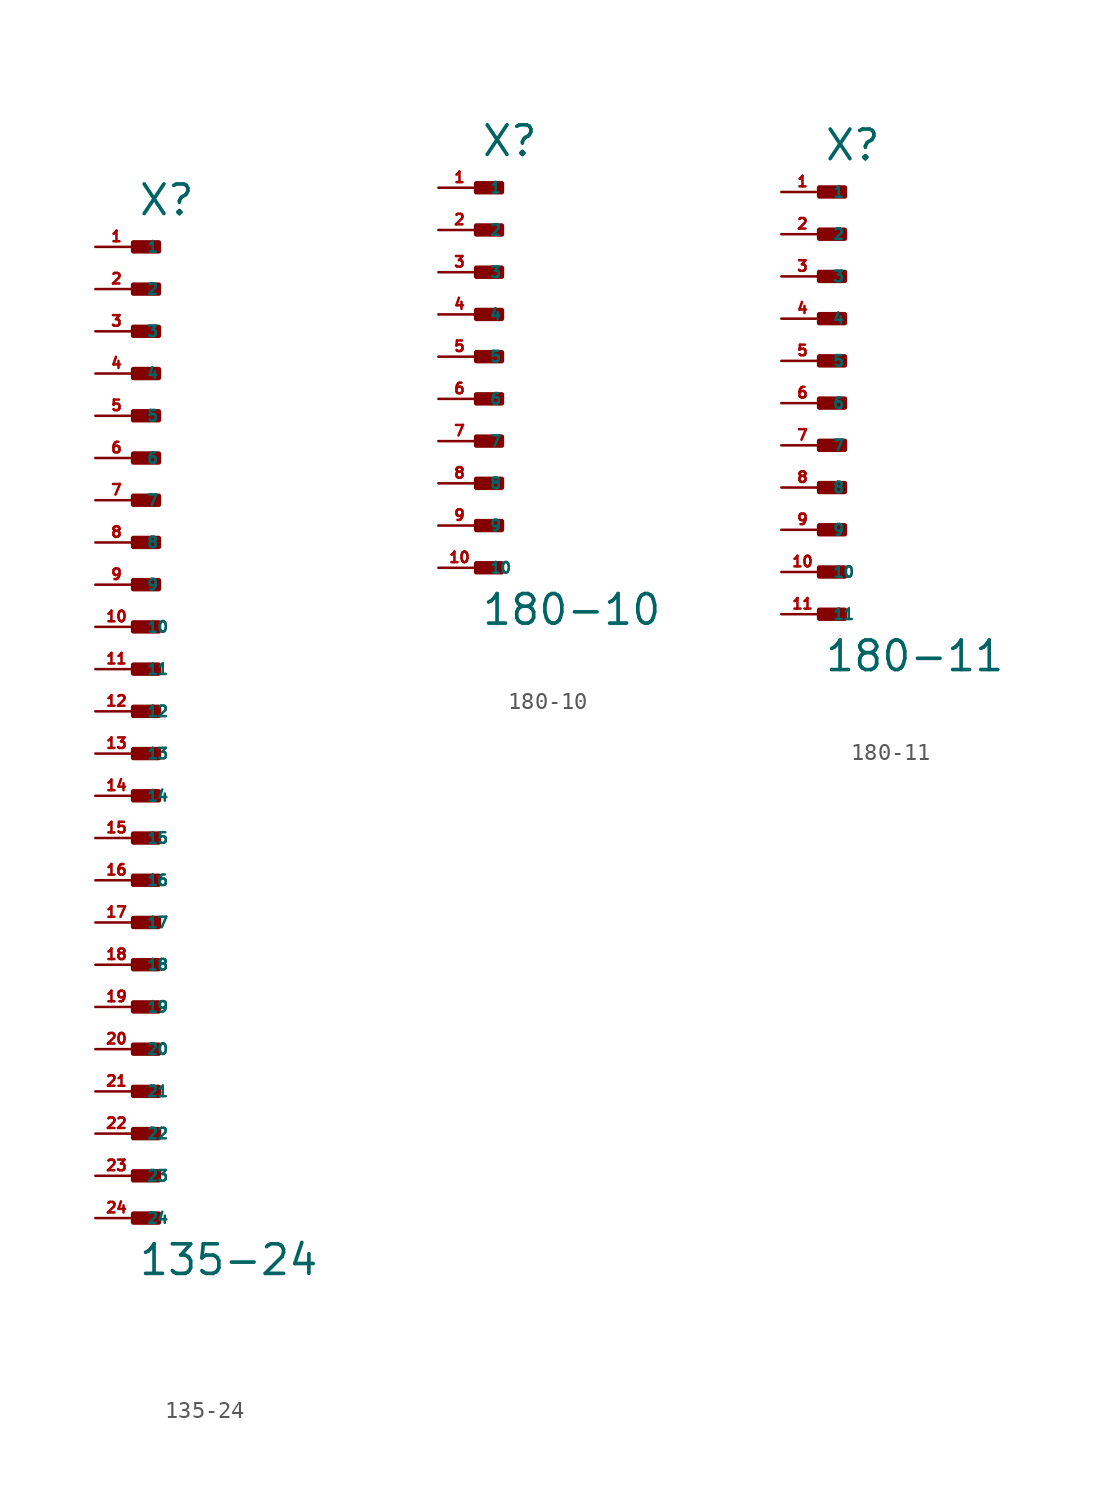
<source format=kicad_sym>
(kicad_symbol_lib
  (version 20220914)
  (generator Eagle2Kicad)
  (symbol "135-24"
    (property "Reference" "X"
      (at 0 29.718 0)
      (effects (font (size 1.778 1.778) (thickness 0.22)) (justify left bottom)))
    (property "Value" "135-24"
      (at 0 -34.036 0)
      (effects (font (size 1.778 1.778) (thickness 0.22)) (justify left bottom)))
    (rectangle
      (start -0.254 27.686)
      (end 1.27 28.194)
      (stroke (width 0.3) (type default))
      (fill (type outline)))
    (rectangle
      (start -0.254 25.146)
      (end 1.27 25.654)
      (stroke (width 0.3) (type default))
      (fill (type outline)))
    (rectangle
      (start -0.254 22.606)
      (end 1.27 23.114)
      (stroke (width 0.3) (type default))
      (fill (type outline)))
    (rectangle
      (start -0.254 20.066)
      (end 1.27 20.574)
      (stroke (width 0.3) (type default))
      (fill (type outline)))
    (rectangle
      (start -0.254 17.526)
      (end 1.27 18.034)
      (stroke (width 0.3) (type default))
      (fill (type outline)))
    (rectangle
      (start -0.254 14.986)
      (end 1.27 15.494)
      (stroke (width 0.3) (type default))
      (fill (type outline)))
    (rectangle
      (start -0.254 12.446)
      (end 1.27 12.954)
      (stroke (width 0.3) (type default))
      (fill (type outline)))
    (rectangle
      (start -0.254 9.906)
      (end 1.27 10.414)
      (stroke (width 0.3) (type default))
      (fill (type outline)))
    (rectangle
      (start -0.254 7.366)
      (end 1.27 7.874)
      (stroke (width 0.3) (type default))
      (fill (type outline)))
    (rectangle
      (start -0.254 4.826)
      (end 1.27 5.334)
      (stroke (width 0.3) (type default))
      (fill (type outline)))
    (rectangle
      (start -0.254 2.286)
      (end 1.27 2.794)
      (stroke (width 0.3) (type default))
      (fill (type outline)))
    (rectangle
      (start -0.254 -0.254)
      (end 1.27 0.254)
      (stroke (width 0.3) (type default))
      (fill (type outline)))
    (rectangle
      (start -0.254 -2.794)
      (end 1.27 -2.286)
      (stroke (width 0.3) (type default))
      (fill (type outline)))
    (rectangle
      (start -0.254 -5.334)
      (end 1.27 -4.826)
      (stroke (width 0.3) (type default))
      (fill (type outline)))
    (rectangle
      (start -0.254 -7.874)
      (end 1.27 -7.366)
      (stroke (width 0.3) (type default))
      (fill (type outline)))
    (rectangle
      (start -0.254 -10.414)
      (end 1.27 -9.906)
      (stroke (width 0.3) (type default))
      (fill (type outline)))
    (rectangle
      (start -0.254 -12.954)
      (end 1.27 -12.446)
      (stroke (width 0.3) (type default))
      (fill (type outline)))
    (rectangle
      (start -0.254 -15.494)
      (end 1.27 -14.986)
      (stroke (width 0.3) (type default))
      (fill (type outline)))
    (rectangle
      (start -0.254 -18.034)
      (end 1.27 -17.526)
      (stroke (width 0.3) (type default))
      (fill (type outline)))
    (rectangle
      (start -0.254 -20.574)
      (end 1.27 -20.066)
      (stroke (width 0.3) (type default))
      (fill (type outline)))
    (rectangle
      (start -0.254 -23.114)
      (end 1.27 -22.606)
      (stroke (width 0.3) (type default))
      (fill (type outline)))
    (rectangle
      (start -0.254 -25.654)
      (end 1.27 -25.146)
      (stroke (width 0.3) (type default))
      (fill (type outline)))
    (rectangle
      (start -0.254 -28.194)
      (end 1.27 -27.686)
      (stroke (width 0.3) (type default))
      (fill (type outline)))
    (rectangle
      (start -0.254 -30.734)
      (end 1.27 -30.226)
      (stroke (width 0.3) (type default))
      (fill (type outline)))
    (pin passive line
      (at -2.54 27.94 0)
      (length 2.54)
      (name "1" (effects (font (size 0.635 0.635) (thickness 0.08)) (justify left bottom)))
      (number "1" (effects (font (size 0.635 0.635) (thickness 0.08)) (justify left bottom))))
    (pin passive line
      (at -2.54 25.4 0)
      (length 2.54)
      (name "2" (effects (font (size 0.635 0.635) (thickness 0.08)) (justify left bottom)))
      (number "2" (effects (font (size 0.635 0.635) (thickness 0.08)) (justify left bottom))))
    (pin passive line
      (at -2.54 22.86 0)
      (length 2.54)
      (name "3" (effects (font (size 0.635 0.635) (thickness 0.08)) (justify left bottom)))
      (number "3" (effects (font (size 0.635 0.635) (thickness 0.08)) (justify left bottom))))
    (pin passive line
      (at -2.54 20.32 0)
      (length 2.54)
      (name "4" (effects (font (size 0.635 0.635) (thickness 0.08)) (justify left bottom)))
      (number "4" (effects (font (size 0.635 0.635) (thickness 0.08)) (justify left bottom))))
    (pin passive line
      (at -2.54 17.78 0)
      (length 2.54)
      (name "5" (effects (font (size 0.635 0.635) (thickness 0.08)) (justify left bottom)))
      (number "5" (effects (font (size 0.635 0.635) (thickness 0.08)) (justify left bottom))))
    (pin passive line
      (at -2.54 15.24 0)
      (length 2.54)
      (name "6" (effects (font (size 0.635 0.635) (thickness 0.08)) (justify left bottom)))
      (number "6" (effects (font (size 0.635 0.635) (thickness 0.08)) (justify left bottom))))
    (pin passive line
      (at -2.54 12.7 0)
      (length 2.54)
      (name "7" (effects (font (size 0.635 0.635) (thickness 0.08)) (justify left bottom)))
      (number "7" (effects (font (size 0.635 0.635) (thickness 0.08)) (justify left bottom))))
    (pin passive line
      (at -2.54 10.16 0)
      (length 2.54)
      (name "8" (effects (font (size 0.635 0.635) (thickness 0.08)) (justify left bottom)))
      (number "8" (effects (font (size 0.635 0.635) (thickness 0.08)) (justify left bottom))))
    (pin passive line
      (at -2.54 7.62 0)
      (length 2.54)
      (name "9" (effects (font (size 0.635 0.635) (thickness 0.08)) (justify left bottom)))
      (number "9" (effects (font (size 0.635 0.635) (thickness 0.08)) (justify left bottom))))
    (pin passive line
      (at -2.54 5.08 0)
      (length 2.54)
      (name "10" (effects (font (size 0.635 0.635) (thickness 0.08)) (justify left bottom)))
      (number "10" (effects (font (size 0.635 0.635) (thickness 0.08)) (justify left bottom))))
    (pin passive line
      (at -2.54 2.54 0)
      (length 2.54)
      (name "11" (effects (font (size 0.635 0.635) (thickness 0.08)) (justify left bottom)))
      (number "11" (effects (font (size 0.635 0.635) (thickness 0.08)) (justify left bottom))))
    (pin passive line
      (at -2.54 0 0)
      (length 2.54)
      (name "12" (effects (font (size 0.635 0.635) (thickness 0.08)) (justify left bottom)))
      (number "12" (effects (font (size 0.635 0.635) (thickness 0.08)) (justify left bottom))))
    (pin passive line
      (at -2.54 -2.54 0)
      (length 2.54)
      (name "13" (effects (font (size 0.635 0.635) (thickness 0.08)) (justify left bottom)))
      (number "13" (effects (font (size 0.635 0.635) (thickness 0.08)) (justify left bottom))))
    (pin passive line
      (at -2.54 -5.08 0)
      (length 2.54)
      (name "14" (effects (font (size 0.635 0.635) (thickness 0.08)) (justify left bottom)))
      (number "14" (effects (font (size 0.635 0.635) (thickness 0.08)) (justify left bottom))))
    (pin passive line
      (at -2.54 -7.62 0)
      (length 2.54)
      (name "15" (effects (font (size 0.635 0.635) (thickness 0.08)) (justify left bottom)))
      (number "15" (effects (font (size 0.635 0.635) (thickness 0.08)) (justify left bottom))))
    (pin passive line
      (at -2.54 -10.16 0)
      (length 2.54)
      (name "16" (effects (font (size 0.635 0.635) (thickness 0.08)) (justify left bottom)))
      (number "16" (effects (font (size 0.635 0.635) (thickness 0.08)) (justify left bottom))))
    (pin passive line
      (at -2.54 -12.7 0)
      (length 2.54)
      (name "17" (effects (font (size 0.635 0.635) (thickness 0.08)) (justify left bottom)))
      (number "17" (effects (font (size 0.635 0.635) (thickness 0.08)) (justify left bottom))))
    (pin passive line
      (at -2.54 -15.24 0)
      (length 2.54)
      (name "18" (effects (font (size 0.635 0.635) (thickness 0.08)) (justify left bottom)))
      (number "18" (effects (font (size 0.635 0.635) (thickness 0.08)) (justify left bottom))))
    (pin passive line
      (at -2.54 -17.78 0)
      (length 2.54)
      (name "19" (effects (font (size 0.635 0.635) (thickness 0.08)) (justify left bottom)))
      (number "19" (effects (font (size 0.635 0.635) (thickness 0.08)) (justify left bottom))))
    (pin passive line
      (at -2.54 -20.32 0)
      (length 2.54)
      (name "20" (effects (font (size 0.635 0.635) (thickness 0.08)) (justify left bottom)))
      (number "20" (effects (font (size 0.635 0.635) (thickness 0.08)) (justify left bottom))))
    (pin passive line
      (at -2.54 -22.86 0)
      (length 2.54)
      (name "21" (effects (font (size 0.635 0.635) (thickness 0.08)) (justify left bottom)))
      (number "21" (effects (font (size 0.635 0.635) (thickness 0.08)) (justify left bottom))))
    (pin passive line
      (at -2.54 -25.4 0)
      (length 2.54)
      (name "22" (effects (font (size 0.635 0.635) (thickness 0.08)) (justify left bottom)))
      (number "22" (effects (font (size 0.635 0.635) (thickness 0.08)) (justify left bottom))))
    (pin passive line
      (at -2.54 -27.94 0)
      (length 2.54)
      (name "23" (effects (font (size 0.635 0.635) (thickness 0.08)) (justify left bottom)))
      (number "23" (effects (font (size 0.635 0.635) (thickness 0.08)) (justify left bottom))))
    (pin passive line
      (at -2.54 -30.48 0)
      (length 2.54)
      (name "24" (effects (font (size 0.635 0.635) (thickness 0.08)) (justify left bottom)))
      (number "24" (effects (font (size 0.635 0.635) (thickness 0.08)) (justify left bottom)))))
  (symbol "180-10"
    (property "Reference" "X"
      (at 0 11.938 0)
      (effects (font (size 1.778 1.778) (thickness 0.22)) (justify left bottom)))
    (property "Value" "180-10"
      (at 0 -16.256 0)
      (effects (font (size 1.778 1.778) (thickness 0.22)) (justify left bottom)))
    (rectangle
      (start -0.254 9.906)
      (end 1.27 10.414)
      (stroke (width 0.3) (type default))
      (fill (type outline)))
    (rectangle
      (start -0.254 7.366)
      (end 1.27 7.874)
      (stroke (width 0.3) (type default))
      (fill (type outline)))
    (rectangle
      (start -0.254 4.826)
      (end 1.27 5.334)
      (stroke (width 0.3) (type default))
      (fill (type outline)))
    (rectangle
      (start -0.254 2.286)
      (end 1.27 2.794)
      (stroke (width 0.3) (type default))
      (fill (type outline)))
    (rectangle
      (start -0.254 -0.254)
      (end 1.27 0.254)
      (stroke (width 0.3) (type default))
      (fill (type outline)))
    (rectangle
      (start -0.254 -2.794)
      (end 1.27 -2.286)
      (stroke (width 0.3) (type default))
      (fill (type outline)))
    (rectangle
      (start -0.254 -5.334)
      (end 1.27 -4.826)
      (stroke (width 0.3) (type default))
      (fill (type outline)))
    (rectangle
      (start -0.254 -7.874)
      (end 1.27 -7.366)
      (stroke (width 0.3) (type default))
      (fill (type outline)))
    (rectangle
      (start -0.254 -10.414)
      (end 1.27 -9.906)
      (stroke (width 0.3) (type default))
      (fill (type outline)))
    (rectangle
      (start -0.254 -12.954)
      (end 1.27 -12.446)
      (stroke (width 0.3) (type default))
      (fill (type outline)))
    (pin passive line
      (at -2.54 10.16 0)
      (length 2.54)
      (name "1" (effects (font (size 0.635 0.635) (thickness 0.08)) (justify left bottom)))
      (number "1" (effects (font (size 0.635 0.635) (thickness 0.08)) (justify left bottom))))
    (pin passive line
      (at -2.54 7.62 0)
      (length 2.54)
      (name "2" (effects (font (size 0.635 0.635) (thickness 0.08)) (justify left bottom)))
      (number "2" (effects (font (size 0.635 0.635) (thickness 0.08)) (justify left bottom))))
    (pin passive line
      (at -2.54 5.08 0)
      (length 2.54)
      (name "3" (effects (font (size 0.635 0.635) (thickness 0.08)) (justify left bottom)))
      (number "3" (effects (font (size 0.635 0.635) (thickness 0.08)) (justify left bottom))))
    (pin passive line
      (at -2.54 2.54 0)
      (length 2.54)
      (name "4" (effects (font (size 0.635 0.635) (thickness 0.08)) (justify left bottom)))
      (number "4" (effects (font (size 0.635 0.635) (thickness 0.08)) (justify left bottom))))
    (pin passive line
      (at -2.54 0 0)
      (length 2.54)
      (name "5" (effects (font (size 0.635 0.635) (thickness 0.08)) (justify left bottom)))
      (number "5" (effects (font (size 0.635 0.635) (thickness 0.08)) (justify left bottom))))
    (pin passive line
      (at -2.54 -2.54 0)
      (length 2.54)
      (name "6" (effects (font (size 0.635 0.635) (thickness 0.08)) (justify left bottom)))
      (number "6" (effects (font (size 0.635 0.635) (thickness 0.08)) (justify left bottom))))
    (pin passive line
      (at -2.54 -5.08 0)
      (length 2.54)
      (name "7" (effects (font (size 0.635 0.635) (thickness 0.08)) (justify left bottom)))
      (number "7" (effects (font (size 0.635 0.635) (thickness 0.08)) (justify left bottom))))
    (pin passive line
      (at -2.54 -7.62 0)
      (length 2.54)
      (name "8" (effects (font (size 0.635 0.635) (thickness 0.08)) (justify left bottom)))
      (number "8" (effects (font (size 0.635 0.635) (thickness 0.08)) (justify left bottom))))
    (pin passive line
      (at -2.54 -10.16 0)
      (length 2.54)
      (name "9" (effects (font (size 0.635 0.635) (thickness 0.08)) (justify left bottom)))
      (number "9" (effects (font (size 0.635 0.635) (thickness 0.08)) (justify left bottom))))
    (pin passive line
      (at -2.54 -12.7 0)
      (length 2.54)
      (name "10" (effects (font (size 0.635 0.635) (thickness 0.08)) (justify left bottom)))
      (number "10" (effects (font (size 0.635 0.635) (thickness 0.08)) (justify left bottom)))))
  (symbol "180-11"
    (property "Reference" "X"
      (at 0 14.478 0)
      (effects (font (size 1.778 1.778) (thickness 0.22)) (justify left bottom)))
    (property "Value" "180-11"
      (at 0 -16.256 0)
      (effects (font (size 1.778 1.778) (thickness 0.22)) (justify left bottom)))
    (rectangle
      (start -0.254 12.446)
      (end 1.27 12.954)
      (stroke (width 0.3) (type default))
      (fill (type outline)))
    (rectangle
      (start -0.254 9.906)
      (end 1.27 10.414)
      (stroke (width 0.3) (type default))
      (fill (type outline)))
    (rectangle
      (start -0.254 7.366)
      (end 1.27 7.874)
      (stroke (width 0.3) (type default))
      (fill (type outline)))
    (rectangle
      (start -0.254 4.826)
      (end 1.27 5.334)
      (stroke (width 0.3) (type default))
      (fill (type outline)))
    (rectangle
      (start -0.254 2.286)
      (end 1.27 2.794)
      (stroke (width 0.3) (type default))
      (fill (type outline)))
    (rectangle
      (start -0.254 -0.254)
      (end 1.27 0.254)
      (stroke (width 0.3) (type default))
      (fill (type outline)))
    (rectangle
      (start -0.254 -2.794)
      (end 1.27 -2.286)
      (stroke (width 0.3) (type default))
      (fill (type outline)))
    (rectangle
      (start -0.254 -5.334)
      (end 1.27 -4.826)
      (stroke (width 0.3) (type default))
      (fill (type outline)))
    (rectangle
      (start -0.254 -7.874)
      (end 1.27 -7.366)
      (stroke (width 0.3) (type default))
      (fill (type outline)))
    (rectangle
      (start -0.254 -10.414)
      (end 1.27 -9.906)
      (stroke (width 0.3) (type default))
      (fill (type outline)))
    (rectangle
      (start -0.254 -12.954)
      (end 1.27 -12.446)
      (stroke (width 0.3) (type default))
      (fill (type outline)))
    (pin passive line
      (at -2.54 12.7 0)
      (length 2.54)
      (name "1" (effects (font (size 0.635 0.635) (thickness 0.08)) (justify left bottom)))
      (number "1" (effects (font (size 0.635 0.635) (thickness 0.08)) (justify left bottom))))
    (pin passive line
      (at -2.54 10.16 0)
      (length 2.54)
      (name "2" (effects (font (size 0.635 0.635) (thickness 0.08)) (justify left bottom)))
      (number "2" (effects (font (size 0.635 0.635) (thickness 0.08)) (justify left bottom))))
    (pin passive line
      (at -2.54 7.62 0)
      (length 2.54)
      (name "3" (effects (font (size 0.635 0.635) (thickness 0.08)) (justify left bottom)))
      (number "3" (effects (font (size 0.635 0.635) (thickness 0.08)) (justify left bottom))))
    (pin passive line
      (at -2.54 5.08 0)
      (length 2.54)
      (name "4" (effects (font (size 0.635 0.635) (thickness 0.08)) (justify left bottom)))
      (number "4" (effects (font (size 0.635 0.635) (thickness 0.08)) (justify left bottom))))
    (pin passive line
      (at -2.54 2.54 0)
      (length 2.54)
      (name "5" (effects (font (size 0.635 0.635) (thickness 0.08)) (justify left bottom)))
      (number "5" (effects (font (size 0.635 0.635) (thickness 0.08)) (justify left bottom))))
    (pin passive line
      (at -2.54 0 0)
      (length 2.54)
      (name "6" (effects (font (size 0.635 0.635) (thickness 0.08)) (justify left bottom)))
      (number "6" (effects (font (size 0.635 0.635) (thickness 0.08)) (justify left bottom))))
    (pin passive line
      (at -2.54 -2.54 0)
      (length 2.54)
      (name "7" (effects (font (size 0.635 0.635) (thickness 0.08)) (justify left bottom)))
      (number "7" (effects (font (size 0.635 0.635) (thickness 0.08)) (justify left bottom))))
    (pin passive line
      (at -2.54 -5.08 0)
      (length 2.54)
      (name "8" (effects (font (size 0.635 0.635) (thickness 0.08)) (justify left bottom)))
      (number "8" (effects (font (size 0.635 0.635) (thickness 0.08)) (justify left bottom))))
    (pin passive line
      (at -2.54 -7.62 0)
      (length 2.54)
      (name "9" (effects (font (size 0.635 0.635) (thickness 0.08)) (justify left bottom)))
      (number "9" (effects (font (size 0.635 0.635) (thickness 0.08)) (justify left bottom))))
    (pin passive line
      (at -2.54 -10.16 0)
      (length 2.54)
      (name "10" (effects (font (size 0.635 0.635) (thickness 0.08)) (justify left bottom)))
      (number "10" (effects (font (size 0.635 0.635) (thickness 0.08)) (justify left bottom))))
    (pin passive line
      (at -2.54 -12.7 0)
      (length 2.54)
      (name "11" (effects (font (size 0.635 0.635) (thickness 0.08)) (justify left bottom)))
      (number "11" (effects (font (size 0.635 0.635) (thickness 0.08)) (justify left bottom))))))
</source>
